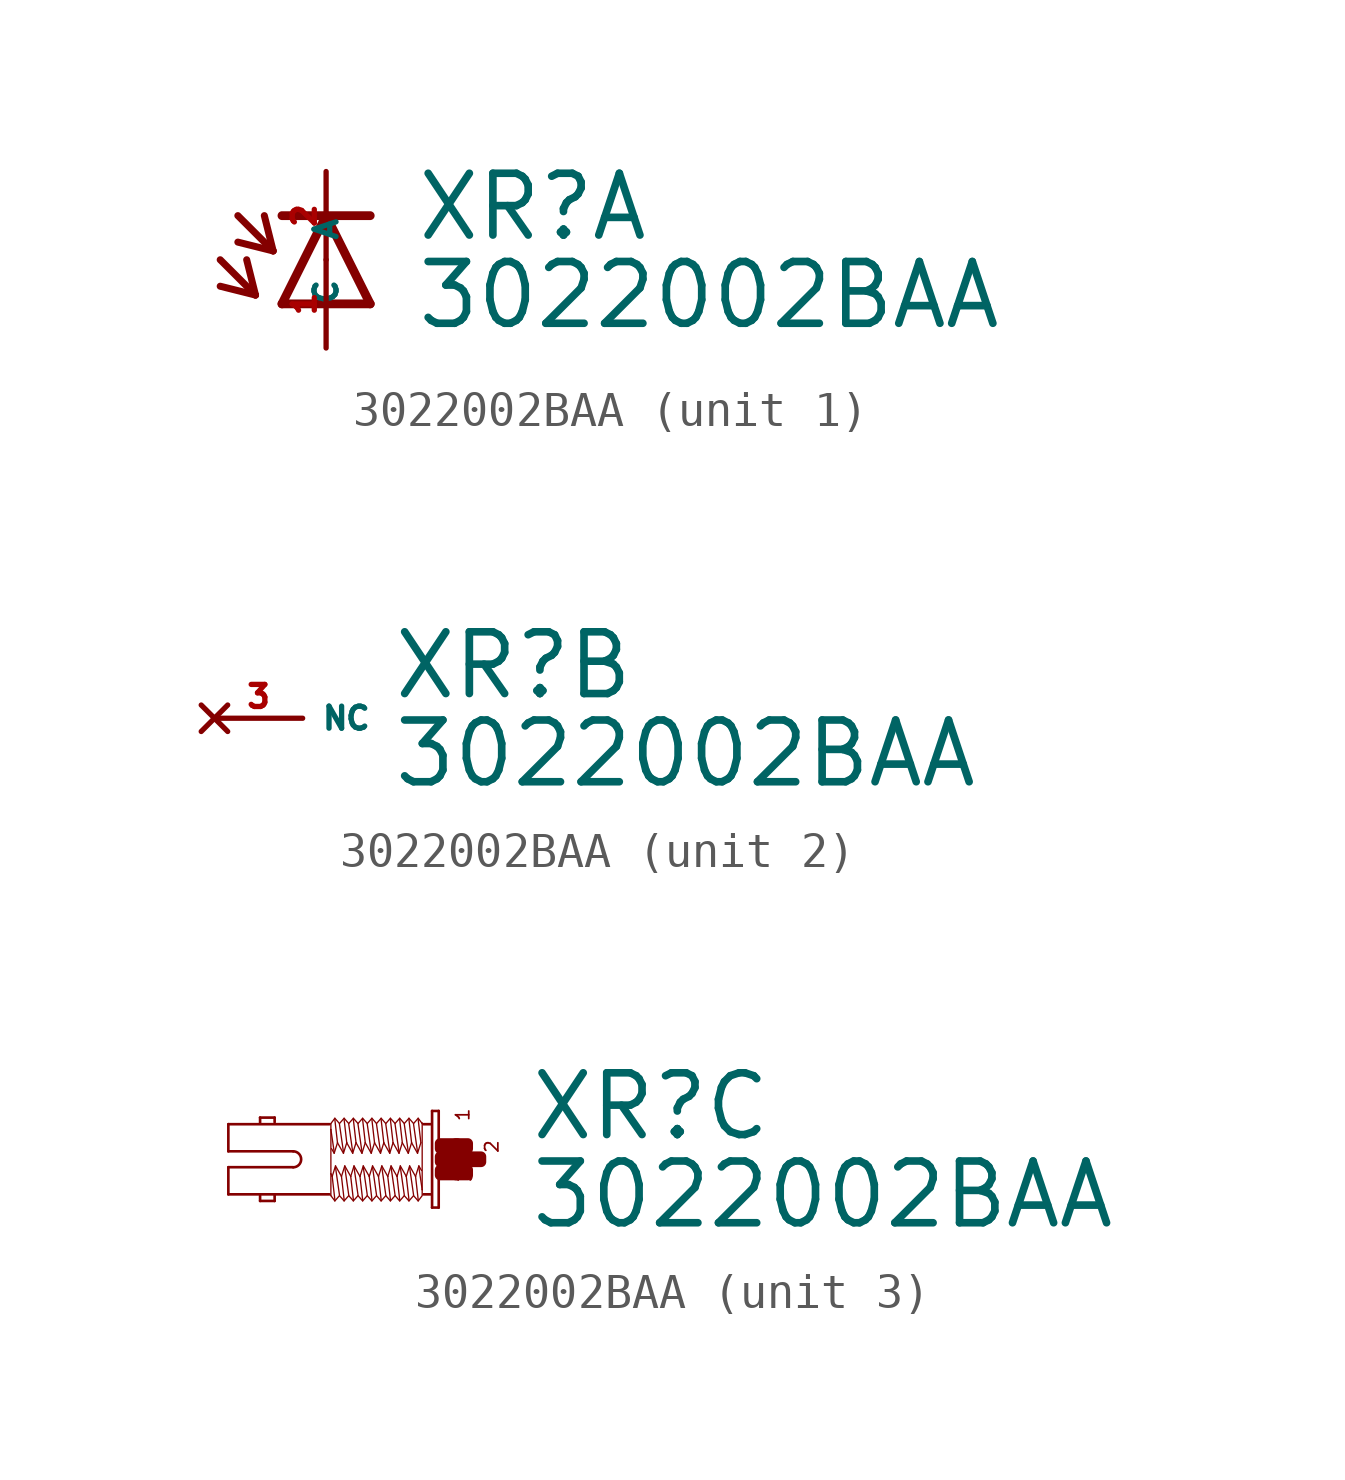
<source format=kicad_sym>
(kicad_symbol_lib
  (version 20220914)
  (generator Eagle2Kicad)
  (symbol "3022002BAA"
    (property "Reference" "XR"
      (at 2.54 0.483 0)
      (effects (font (size 1.778 1.778) (thickness 0.22)) (justify left bottom)))
    (property "Value" "3022002BAA"
      (at 2.54 -2.057 0)
      (effects (font (size 1.778 1.778) (thickness 0.22)) (justify left bottom)))
    (symbol "3022002BAA_1_0"
      (polyline (pts (xy 1.27 -1.27) (xy 0 1.27)) (stroke (width 0.254) (type default)) (fill (type none)))
      (polyline (pts (xy 0 1.27) (xy -1.27 -1.27)) (stroke (width 0.254) (type default)) (fill (type none)))
      (polyline (pts (xy -1.27 1.27) (xy 0 1.27)) (stroke (width 0.254) (type default)) (fill (type none)))
      (polyline (pts (xy -1.27 -1.27) (xy 1.27 -1.27)) (stroke (width 0.254) (type default)) (fill (type none)))
      (polyline (pts (xy 0 1.27) (xy 1.27 1.27)) (stroke (width 0.254) (type default)) (fill (type none)))
      (polyline (pts (xy -3.048 0) (xy -2.032 -1.016)) (stroke (width 0.203) (type default)) (fill (type none)))
      (polyline (pts (xy -2.032 -1.016) (xy -2.286 0)) (stroke (width 0.203) (type default)) (fill (type none)))
      (polyline (pts (xy -2.032 -1.016) (xy -3.048 -0.762)) (stroke (width 0.203) (type default)) (fill (type none)))
      (polyline (pts (xy -2.54 1.27) (xy -1.524 0.254)) (stroke (width 0.203) (type default)) (fill (type none)))
      (polyline (pts (xy -1.524 0.254) (xy -1.778 1.27)) (stroke (width 0.203) (type default)) (fill (type none)))
      (polyline (pts (xy -1.524 0.254) (xy -2.54 0.508)) (stroke (width 0.203) (type default)) (fill (type none)))
      (pin passive line (at 0 -2.54 90) (length 2.54) (name "A" (effects (font (size 0.635 0.635) (thickness 0.08)) (justify left bottom))) (number "1" (effects (font (size 0.635 0.635) (thickness 0.08)) (justify left bottom))))
      (pin passive line (at 0 2.54 270) (length 2.54) (name "C" (effects (font (size 0.635 0.635) (thickness 0.08)) (justify left bottom))) (number "2" (effects (font (size 0.635 0.635) (thickness 0.08)) (justify left bottom)))))
    (symbol "3022002BAA_2_0"
      (pin no_connect line (at -2.54 0 0) (length 2.54) (name "NC" (effects (font (size 0.635 0.635) (thickness 0.08)) (justify left bottom) hide)) (number "3" (effects (font (size 0.635 0.635) (thickness 0.08)) (justify left bottom) hide))))
    (symbol "3022002BAA_3_0"
      (polyline (pts (xy -0.038 1.391) (xy -0.038 -1.391)) (stroke (width 0.076) (type default)) (fill (type none)))
      (polyline (pts (xy -0.038 -1.391) (xy -0.229 -1.391)) (stroke (width 0.076) (type default)) (fill (type none)))
      (polyline (pts (xy -0.229 -1.391) (xy -0.229 1.391)) (stroke (width 0.076) (type default)) (fill (type none)))
      (polyline (pts (xy -0.229 1.391) (xy -0.038 1.391)) (stroke (width 0.076) (type default)) (fill (type none)))
      (polyline (pts (xy -0.267 1.01) (xy -0.476 1.01)) (stroke (width 0.076) (type default)) (fill (type none)))
      (polyline (pts (xy -0.267 -1.01) (xy -0.476 -1.01)) (stroke (width 0.076) (type default)) (fill (type none)))
      (polyline (pts (xy -3.181 -1.01) (xy -6.096 -1.01)) (stroke (width 0.076) (type default)) (fill (type none)))
      (polyline (pts (xy -6.096 -1.01) (xy -6.096 -0.229)) (stroke (width 0.076) (type default)) (fill (type none)))
      (polyline (pts (xy -6.096 -0.229) (xy -4.229 -0.229)) (stroke (width 0.076) (type default)) (fill (type none)))
      (polyline (pts (xy -4.229 0.229) (xy -6.096 0.229)) (stroke (width 0.076) (type default)) (fill (type none)))
      (polyline (pts (xy -6.096 0.229) (xy -6.096 1.01)) (stroke (width 0.076) (type default)) (fill (type none)))
      (polyline (pts (xy -6.096 1.01) (xy -3.181 1.01)) (stroke (width 0.076) (type default)) (fill (type none)))
      (polyline (pts (xy -4.763 -1.029) (xy -4.763 -1.2)) (stroke (width 0.076) (type default)) (fill (type none)))
      (polyline (pts (xy -4.763 -1.2) (xy -5.182 -1.2)) (stroke (width 0.076) (type default)) (fill (type none)))
      (polyline (pts (xy -5.182 -1.2) (xy -5.182 -1.048)) (stroke (width 0.076) (type default)) (fill (type none)))
      (polyline (pts (xy -4.763 1.067) (xy -4.763 1.2)) (stroke (width 0.076) (type default)) (fill (type none)))
      (polyline (pts (xy -4.763 1.2) (xy -5.182 1.2)) (stroke (width 0.076) (type default)) (fill (type none)))
      (polyline (pts (xy -5.182 1.2) (xy -5.182 1.048)) (stroke (width 0.076) (type default)) (fill (type none)))
      (polyline (pts (xy -0.514 -1.048) (xy -0.629 -1.2)) (stroke (width 0.038) (type default)) (fill (type none)))
      (polyline (pts (xy -0.629 -1.2) (xy -0.762 -1.048)) (stroke (width 0.038) (type default)) (fill (type none)))
      (polyline (pts (xy -0.762 -1.048) (xy -0.895 -1.2)) (stroke (width 0.038) (type default)) (fill (type none)))
      (polyline (pts (xy -0.895 -1.2) (xy -1.029 -1.048)) (stroke (width 0.038) (type default)) (fill (type none)))
      (polyline (pts (xy -1.029 -1.048) (xy -1.162 -1.2)) (stroke (width 0.038) (type default)) (fill (type none)))
      (polyline (pts (xy -1.162 -1.2) (xy -1.295 -1.048)) (stroke (width 0.038) (type default)) (fill (type none)))
      (polyline (pts (xy -1.295 -1.048) (xy -1.429 -1.2)) (stroke (width 0.038) (type default)) (fill (type none)))
      (polyline (pts (xy -1.429 -1.2) (xy -1.562 -1.048)) (stroke (width 0.038) (type default)) (fill (type none)))
      (polyline (pts (xy -1.562 -1.048) (xy -1.696 -1.2)) (stroke (width 0.038) (type default)) (fill (type none)))
      (polyline (pts (xy -1.696 -1.2) (xy -1.829 -1.048)) (stroke (width 0.038) (type default)) (fill (type none)))
      (polyline (pts (xy -1.829 -1.048) (xy -1.962 -1.2)) (stroke (width 0.038) (type default)) (fill (type none)))
      (polyline (pts (xy -1.962 -1.2) (xy -2.095 -1.048)) (stroke (width 0.038) (type default)) (fill (type none)))
      (polyline (pts (xy -2.095 -1.048) (xy -2.229 -1.2)) (stroke (width 0.038) (type default)) (fill (type none)))
      (polyline (pts (xy -2.229 -1.2) (xy -2.362 -1.048)) (stroke (width 0.038) (type default)) (fill (type none)))
      (polyline (pts (xy -2.362 -1.048) (xy -2.496 -1.2)) (stroke (width 0.038) (type default)) (fill (type none)))
      (polyline (pts (xy -2.496 -1.2) (xy -2.629 -1.048)) (stroke (width 0.038) (type default)) (fill (type none)))
      (polyline (pts (xy -2.629 -1.048) (xy -2.762 -1.2)) (stroke (width 0.038) (type default)) (fill (type none)))
      (polyline (pts (xy -2.762 -1.2) (xy -2.896 -1.048)) (stroke (width 0.038) (type default)) (fill (type none)))
      (polyline (pts (xy -2.896 -1.048) (xy -3.029 -1.2)) (stroke (width 0.038) (type default)) (fill (type none)))
      (polyline (pts (xy -3.029 -1.2) (xy -3.143 -1.048)) (stroke (width 0.038) (type default)) (fill (type none)))
      (polyline (pts (xy -3.143 -1.048) (xy -3.143 -0.419)) (stroke (width 0.038) (type default)) (fill (type none)))
      (polyline (pts (xy -3.143 -0.419) (xy -3.143 0.857)) (stroke (width 0.038) (type default)) (fill (type none)))
      (polyline (pts (xy -3.143 0.857) (xy -3.143 1.029)) (stroke (width 0.038) (type default)) (fill (type none)))
      (polyline (pts (xy -0.514 1.048) (xy -0.514 1.029)) (stroke (width 0.038) (type default)) (fill (type none)))
      (polyline (pts (xy -0.514 1.029) (xy -0.514 -0.876)) (stroke (width 0.038) (type default)) (fill (type none)))
      (polyline (pts (xy -0.514 -0.876) (xy -0.514 -1.029)) (stroke (width 0.038) (type default)) (fill (type none)))
      (polyline (pts (xy -0.533 -0.324) (xy -0.61 -0.191)) (stroke (width 0.038) (type default)) (fill (type none)))
      (polyline (pts (xy -0.61 -0.191) (xy -0.705 -0.495)) (stroke (width 0.038) (type default)) (fill (type none)))
      (polyline (pts (xy -0.705 -0.495) (xy -0.876 -0.191)) (stroke (width 0.038) (type default)) (fill (type none)))
      (polyline (pts (xy -0.876 -0.191) (xy -0.972 -0.495)) (stroke (width 0.038) (type default)) (fill (type none)))
      (polyline (pts (xy -0.972 -0.495) (xy -1.143 -0.191)) (stroke (width 0.038) (type default)) (fill (type none)))
      (polyline (pts (xy -1.143 -0.191) (xy -1.238 -0.495)) (stroke (width 0.038) (type default)) (fill (type none)))
      (polyline (pts (xy -1.238 -0.495) (xy -1.41 -0.191)) (stroke (width 0.038) (type default)) (fill (type none)))
      (polyline (pts (xy -1.41 -0.191) (xy -1.505 -0.495)) (stroke (width 0.038) (type default)) (fill (type none)))
      (polyline (pts (xy -1.505 -0.495) (xy -1.676 -0.191)) (stroke (width 0.038) (type default)) (fill (type none)))
      (polyline (pts (xy -1.676 -0.191) (xy -1.772 -0.495)) (stroke (width 0.038) (type default)) (fill (type none)))
      (polyline (pts (xy -1.772 -0.495) (xy -1.943 -0.191)) (stroke (width 0.038) (type default)) (fill (type none)))
      (polyline (pts (xy -1.943 -0.191) (xy -2.038 -0.495)) (stroke (width 0.038) (type default)) (fill (type none)))
      (polyline (pts (xy -2.038 -0.495) (xy -2.21 -0.191)) (stroke (width 0.038) (type default)) (fill (type none)))
      (polyline (pts (xy -2.21 -0.191) (xy -2.305 -0.495)) (stroke (width 0.038) (type default)) (fill (type none)))
      (polyline (pts (xy -2.305 -0.495) (xy -2.477 -0.191)) (stroke (width 0.038) (type default)) (fill (type none)))
      (polyline (pts (xy -2.477 -0.191) (xy -2.572 -0.495)) (stroke (width 0.038) (type default)) (fill (type none)))
      (polyline (pts (xy -2.572 -0.495) (xy -2.743 -0.191)) (stroke (width 0.038) (type default)) (fill (type none)))
      (polyline (pts (xy -2.743 -0.191) (xy -2.838 -0.495)) (stroke (width 0.038) (type default)) (fill (type none)))
      (polyline (pts (xy -2.838 -0.495) (xy -3.01 -0.191)) (stroke (width 0.038) (type default)) (fill (type none)))
      (polyline (pts (xy -3.01 -0.191) (xy -3.105 -0.495)) (stroke (width 0.038) (type default)) (fill (type none)))
      (polyline (pts (xy -3.105 -0.495) (xy -3.143 -0.419)) (stroke (width 0.038) (type default)) (fill (type none)))
      (polyline (pts (xy -3.029 -1.162) (xy -3.105 -0.495)) (stroke (width 0.038) (type default)) (fill (type none)))
      (polyline (pts (xy -2.896 -1.029) (xy -3.01 -0.229)) (stroke (width 0.038) (type default)) (fill (type none)))
      (polyline (pts (xy -2.762 -1.162) (xy -2.838 -0.495)) (stroke (width 0.038) (type default)) (fill (type none)))
      (polyline (pts (xy -2.629 -1.029) (xy -2.743 -0.229)) (stroke (width 0.038) (type default)) (fill (type none)))
      (polyline (pts (xy -2.496 -1.162) (xy -2.572 -0.495)) (stroke (width 0.038) (type default)) (fill (type none)))
      (polyline (pts (xy -2.362 -1.029) (xy -2.477 -0.229)) (stroke (width 0.038) (type default)) (fill (type none)))
      (polyline (pts (xy -2.229 -1.162) (xy -2.305 -0.495)) (stroke (width 0.038) (type default)) (fill (type none)))
      (polyline (pts (xy -2.095 -1.029) (xy -2.21 -0.229)) (stroke (width 0.038) (type default)) (fill (type none)))
      (polyline (pts (xy -1.962 -1.162) (xy -2.038 -0.495)) (stroke (width 0.038) (type default)) (fill (type none)))
      (polyline (pts (xy -1.829 -1.029) (xy -1.943 -0.229)) (stroke (width 0.038) (type default)) (fill (type none)))
      (polyline (pts (xy -1.696 -1.162) (xy -1.772 -0.495)) (stroke (width 0.038) (type default)) (fill (type none)))
      (polyline (pts (xy -1.562 -1.029) (xy -1.676 -0.229)) (stroke (width 0.038) (type default)) (fill (type none)))
      (polyline (pts (xy -1.429 -1.162) (xy -1.505 -0.495)) (stroke (width 0.038) (type default)) (fill (type none)))
      (polyline (pts (xy -1.295 -1.029) (xy -1.41 -0.229)) (stroke (width 0.038) (type default)) (fill (type none)))
      (polyline (pts (xy -1.162 -1.162) (xy -1.238 -0.495)) (stroke (width 0.038) (type default)) (fill (type none)))
      (polyline (pts (xy -1.029 -1.029) (xy -1.143 -0.229)) (stroke (width 0.038) (type default)) (fill (type none)))
      (polyline (pts (xy -0.895 -1.162) (xy -0.972 -0.495)) (stroke (width 0.038) (type default)) (fill (type none)))
      (polyline (pts (xy -0.762 -1.029) (xy -0.876 -0.229)) (stroke (width 0.038) (type default)) (fill (type none)))
      (polyline (pts (xy -0.629 -1.162) (xy -0.705 -0.495)) (stroke (width 0.038) (type default)) (fill (type none)))
      (polyline (pts (xy -0.514 -0.876) (xy -0.61 -0.229)) (stroke (width 0.038) (type default)) (fill (type none)))
      (polyline (pts (xy -3.143 1.029) (xy -3.029 1.181)) (stroke (width 0.038) (type default)) (fill (type none)))
      (polyline (pts (xy -3.029 1.181) (xy -2.896 1.029)) (stroke (width 0.038) (type default)) (fill (type none)))
      (polyline (pts (xy -2.896 1.029) (xy -2.762 1.181)) (stroke (width 0.038) (type default)) (fill (type none)))
      (polyline (pts (xy -2.762 1.181) (xy -2.629 1.029)) (stroke (width 0.038) (type default)) (fill (type none)))
      (polyline (pts (xy -2.629 1.029) (xy -2.496 1.181)) (stroke (width 0.038) (type default)) (fill (type none)))
      (polyline (pts (xy -2.496 1.181) (xy -2.362 1.029)) (stroke (width 0.038) (type default)) (fill (type none)))
      (polyline (pts (xy -2.362 1.029) (xy -2.229 1.181)) (stroke (width 0.038) (type default)) (fill (type none)))
      (polyline (pts (xy -2.229 1.181) (xy -2.095 1.029)) (stroke (width 0.038) (type default)) (fill (type none)))
      (polyline (pts (xy -2.095 1.029) (xy -1.962 1.181)) (stroke (width 0.038) (type default)) (fill (type none)))
      (polyline (pts (xy -1.962 1.181) (xy -1.829 1.029)) (stroke (width 0.038) (type default)) (fill (type none)))
      (polyline (pts (xy -1.829 1.029) (xy -1.696 1.181)) (stroke (width 0.038) (type default)) (fill (type none)))
      (polyline (pts (xy -1.696 1.181) (xy -1.562 1.029)) (stroke (width 0.038) (type default)) (fill (type none)))
      (polyline (pts (xy -1.562 1.029) (xy -1.429 1.181)) (stroke (width 0.038) (type default)) (fill (type none)))
      (polyline (pts (xy -1.429 1.181) (xy -1.295 1.029)) (stroke (width 0.038) (type default)) (fill (type none)))
      (polyline (pts (xy -1.295 1.029) (xy -1.162 1.181)) (stroke (width 0.038) (type default)) (fill (type none)))
      (polyline (pts (xy -1.162 1.181) (xy -1.029 1.029)) (stroke (width 0.038) (type default)) (fill (type none)))
      (polyline (pts (xy -1.029 1.029) (xy -0.895 1.181)) (stroke (width 0.038) (type default)) (fill (type none)))
      (polyline (pts (xy -0.895 1.181) (xy -0.762 1.029)) (stroke (width 0.038) (type default)) (fill (type none)))
      (polyline (pts (xy -0.762 1.029) (xy -0.629 1.181)) (stroke (width 0.038) (type default)) (fill (type none)))
      (polyline (pts (xy -0.629 1.181) (xy -0.514 1.029)) (stroke (width 0.038) (type default)) (fill (type none)))
      (polyline (pts (xy -3.124 0.305) (xy -3.048 0.172)) (stroke (width 0.038) (type default)) (fill (type none)))
      (polyline (pts (xy -3.048 0.172) (xy -2.953 0.476)) (stroke (width 0.038) (type default)) (fill (type none)))
      (polyline (pts (xy -2.953 0.476) (xy -2.781 0.172)) (stroke (width 0.038) (type default)) (fill (type none)))
      (polyline (pts (xy -2.781 0.172) (xy -2.686 0.476)) (stroke (width 0.038) (type default)) (fill (type none)))
      (polyline (pts (xy -2.686 0.476) (xy -2.515 0.172)) (stroke (width 0.038) (type default)) (fill (type none)))
      (polyline (pts (xy -2.515 0.172) (xy -2.419 0.476)) (stroke (width 0.038) (type default)) (fill (type none)))
      (polyline (pts (xy -2.419 0.476) (xy -2.248 0.172)) (stroke (width 0.038) (type default)) (fill (type none)))
      (polyline (pts (xy -2.248 0.172) (xy -2.153 0.476)) (stroke (width 0.038) (type default)) (fill (type none)))
      (polyline (pts (xy -2.153 0.476) (xy -1.981 0.172)) (stroke (width 0.038) (type default)) (fill (type none)))
      (polyline (pts (xy -1.981 0.172) (xy -1.886 0.476)) (stroke (width 0.038) (type default)) (fill (type none)))
      (polyline (pts (xy -1.886 0.476) (xy -1.714 0.172)) (stroke (width 0.038) (type default)) (fill (type none)))
      (polyline (pts (xy -1.714 0.172) (xy -1.619 0.476)) (stroke (width 0.038) (type default)) (fill (type none)))
      (polyline (pts (xy -1.619 0.476) (xy -1.448 0.172)) (stroke (width 0.038) (type default)) (fill (type none)))
      (polyline (pts (xy -1.448 0.172) (xy -1.353 0.476)) (stroke (width 0.038) (type default)) (fill (type none)))
      (polyline (pts (xy -1.353 0.476) (xy -1.181 0.172)) (stroke (width 0.038) (type default)) (fill (type none)))
      (polyline (pts (xy -1.181 0.172) (xy -1.086 0.476)) (stroke (width 0.038) (type default)) (fill (type none)))
      (polyline (pts (xy -1.086 0.476) (xy -0.914 0.172)) (stroke (width 0.038) (type default)) (fill (type none)))
      (polyline (pts (xy -0.914 0.172) (xy -0.819 0.476)) (stroke (width 0.038) (type default)) (fill (type none)))
      (polyline (pts (xy -0.819 0.476) (xy -0.648 0.172)) (stroke (width 0.038) (type default)) (fill (type none)))
      (polyline (pts (xy -0.648 0.172) (xy -0.552 0.476)) (stroke (width 0.038) (type default)) (fill (type none)))
      (polyline (pts (xy -0.629 1.143) (xy -0.552 0.476)) (stroke (width 0.038) (type default)) (fill (type none)))
      (polyline (pts (xy -0.762 1.01) (xy -0.648 0.21)) (stroke (width 0.038) (type default)) (fill (type none)))
      (polyline (pts (xy -0.895 1.143) (xy -0.819 0.476)) (stroke (width 0.038) (type default)) (fill (type none)))
      (polyline (pts (xy -1.029 1.01) (xy -0.914 0.21)) (stroke (width 0.038) (type default)) (fill (type none)))
      (polyline (pts (xy -1.162 1.143) (xy -1.086 0.476)) (stroke (width 0.038) (type default)) (fill (type none)))
      (polyline (pts (xy -1.295 1.01) (xy -1.181 0.21)) (stroke (width 0.038) (type default)) (fill (type none)))
      (polyline (pts (xy -1.429 1.143) (xy -1.353 0.476)) (stroke (width 0.038) (type default)) (fill (type none)))
      (polyline (pts (xy -1.562 1.01) (xy -1.448 0.21)) (stroke (width 0.038) (type default)) (fill (type none)))
      (polyline (pts (xy -1.696 1.143) (xy -1.619 0.476)) (stroke (width 0.038) (type default)) (fill (type none)))
      (polyline (pts (xy -1.829 1.01) (xy -1.714 0.21)) (stroke (width 0.038) (type default)) (fill (type none)))
      (polyline (pts (xy -1.962 1.143) (xy -1.886 0.476)) (stroke (width 0.038) (type default)) (fill (type none)))
      (polyline (pts (xy -2.095 1.01) (xy -1.981 0.21)) (stroke (width 0.038) (type default)) (fill (type none)))
      (polyline (pts (xy -2.229 1.143) (xy -2.153 0.476)) (stroke (width 0.038) (type default)) (fill (type none)))
      (polyline (pts (xy -2.362 1.01) (xy -2.248 0.21)) (stroke (width 0.038) (type default)) (fill (type none)))
      (polyline (pts (xy -2.496 1.143) (xy -2.419 0.476)) (stroke (width 0.038) (type default)) (fill (type none)))
      (polyline (pts (xy -2.629 1.01) (xy -2.515 0.21)) (stroke (width 0.038) (type default)) (fill (type none)))
      (polyline (pts (xy -2.762 1.143) (xy -2.686 0.476)) (stroke (width 0.038) (type default)) (fill (type none)))
      (polyline (pts (xy -2.896 1.01) (xy -2.781 0.21)) (stroke (width 0.038) (type default)) (fill (type none)))
      (polyline (pts (xy -3.029 1.143) (xy -2.953 0.476)) (stroke (width 0.038) (type default)) (fill (type none)))
      (polyline (pts (xy -3.143 0.857) (xy -3.048 0.21)) (stroke (width 0.038) (type default)) (fill (type none)))
      (arc (start -4.2291 -0.2286) (mid -4.001 0.000) (end -4.2291 0.2286) (stroke (width 0.0762) (type default)) (fill (type none)))
      (text "1" (at 0.876 1.067 1800) (effects (font (size 0.381 0.381) (thickness 0.05)) (justify left bottom)))
      (text "3" (at 0.953 -0.686 1800) (effects (font (size 0.381 0.381) (thickness 0.05)) (justify left bottom)))
      (text "2" (at 1.714 0.152 1800) (effects (font (size 0.381 0.381) (thickness 0.05)) (justify left bottom)))
      (rectangle (start 0 -0.457) (end 0.495 -0.305) (stroke (width 0.3) (type default)) (fill (type outline)))
      (rectangle (start 0 -0.076) (end 0.876 0.076) (stroke (width 0.3) (type default)) (fill (type outline)))
      (rectangle (start 0.457 -0.457) (end 0.8 -0.305) (stroke (width 0.3) (type default)) (fill (type outline)))
      (rectangle (start 0.838 -0.076) (end 1.181 0.076) (stroke (width 0.3) (type default)) (fill (type outline)))
      (rectangle (start 0.457 0.305) (end 0.8 0.457) (stroke (width 0.3) (type default)) (fill (type outline)))
      (rectangle (start 0 0.305) (end 0.495 0.457) (stroke (width 0.3) (type default)) (fill (type outline))))))
</source>
